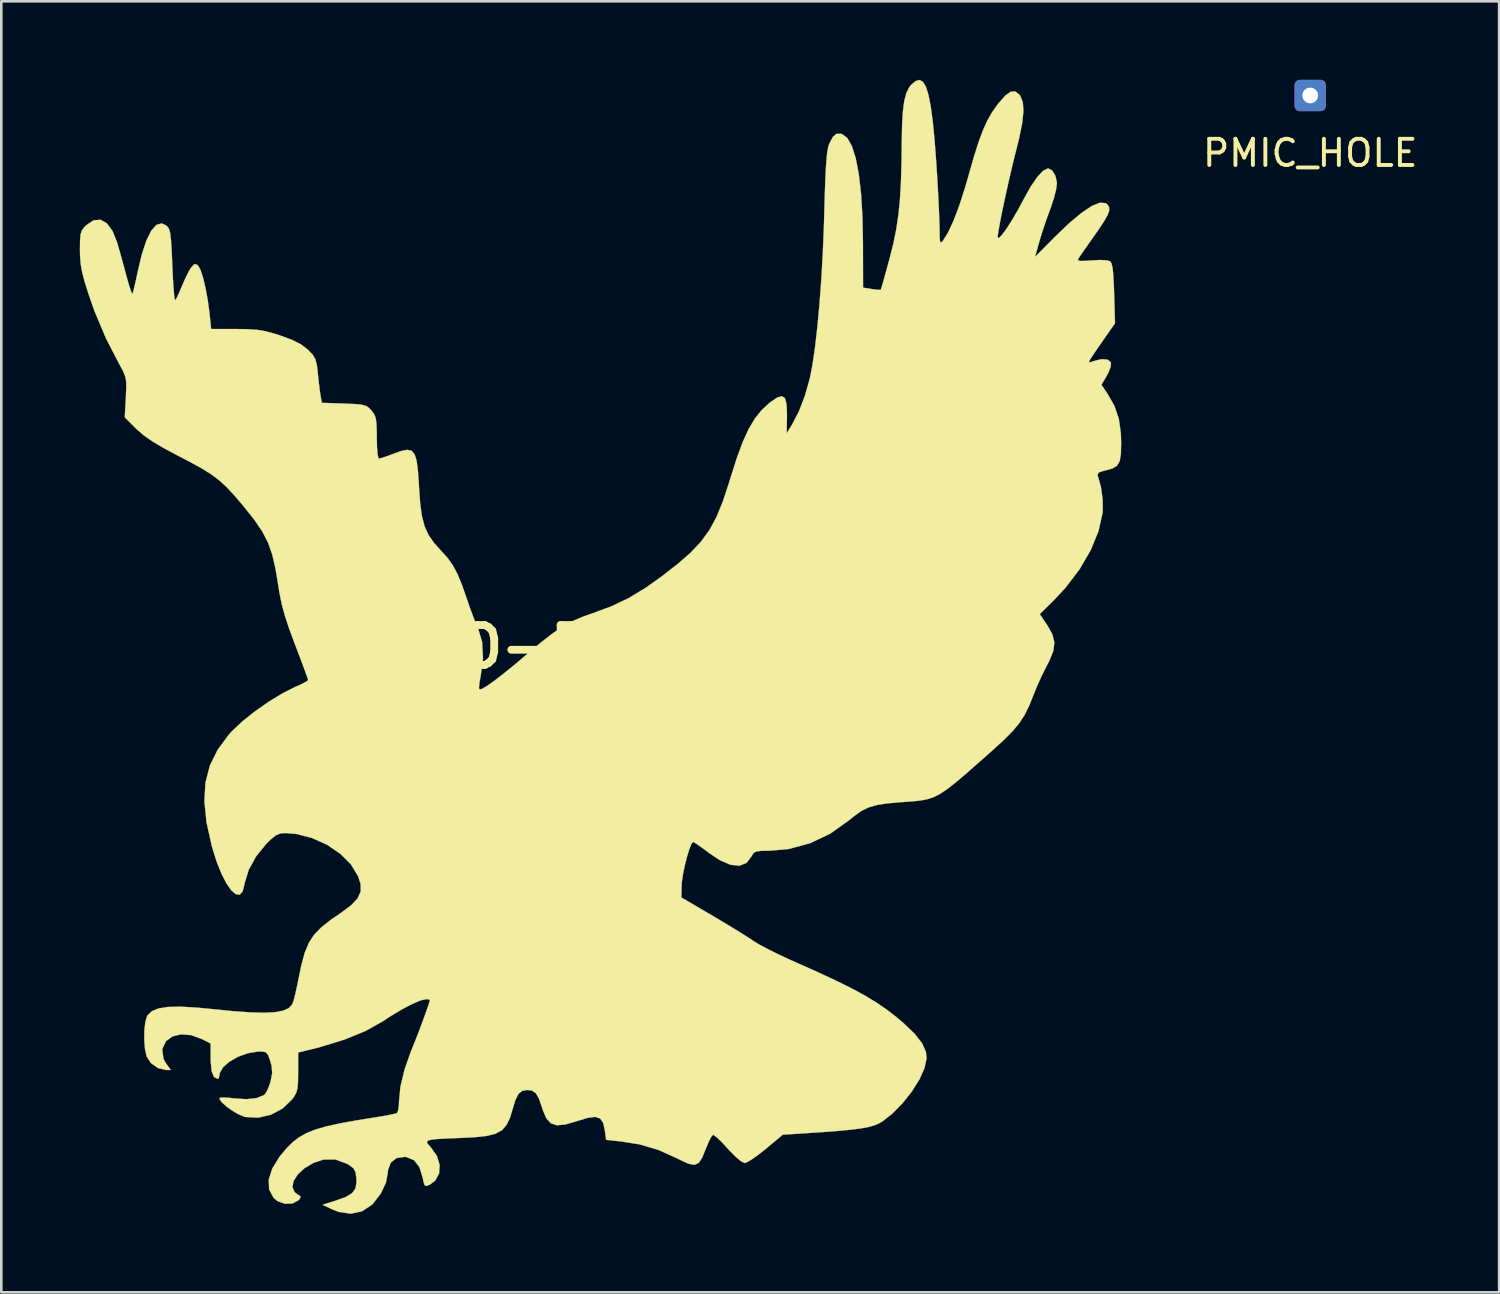
<source format=kicad_pcb>
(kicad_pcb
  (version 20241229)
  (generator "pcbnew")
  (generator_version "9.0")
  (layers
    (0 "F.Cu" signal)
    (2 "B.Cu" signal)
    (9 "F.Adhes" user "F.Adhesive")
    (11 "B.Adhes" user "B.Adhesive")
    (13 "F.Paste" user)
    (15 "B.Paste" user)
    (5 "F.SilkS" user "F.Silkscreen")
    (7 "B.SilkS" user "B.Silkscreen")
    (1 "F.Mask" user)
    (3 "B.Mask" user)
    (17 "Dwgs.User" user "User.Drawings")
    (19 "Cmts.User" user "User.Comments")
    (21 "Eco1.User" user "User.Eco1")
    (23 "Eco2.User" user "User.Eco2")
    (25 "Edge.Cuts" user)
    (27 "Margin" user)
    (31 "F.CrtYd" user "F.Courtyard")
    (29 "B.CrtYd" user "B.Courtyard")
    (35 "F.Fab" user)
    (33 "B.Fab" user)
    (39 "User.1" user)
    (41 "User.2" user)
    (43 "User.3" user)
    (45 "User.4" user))
  (footprint "PMIC_HOLE"
    (layer "F.Cu")
    (at 47.024 0.7)
    (property "Reference" "PMIC_HOLE" (at 0 2.1 0) (layer "F.SilkS") (effects (font (size 1 1) (thickness 0.15))))
    (attr through_hole)
    (pad "1" thru_hole roundrect (at 0 -0.1) (size 1.2 1.2) (drill 0.6) (layers "*.Cu" "*.Mask") (roundrect_rratio 0.167)))
  (footprint "LOGO-EAGLE-01"
    (layer "F.Cu")
    (at 19.902 21.674)
    (property "Reference" "LOGO-EAGLE-01" (at 0 0 0) (layer "F.SilkS") (effects (font (size 1.524 1.524) (thickness 0.3))))
    (attr through_hole)
    (fp_poly (pts (xy 12.319 -21.601) (xy 12.432 -21.415) (xy 12.532 -21.104) (xy 12.619 -20.659) (xy 12.698 -20.073) (xy 12.769 -19.337) (xy 12.836 -18.443) (xy 12.865 -17.979) (xy 12.896 -17.449) (xy 12.922 -16.93) (xy 12.942 -16.465) (xy 12.954 -16.1) (xy 12.957 -15.947) (xy 12.961 -15.647) (xy 12.975 -15.49) (xy 13.009 -15.452) (xy 13.07 -15.507) (xy 13.094 -15.536) (xy 13.286 -15.845) (xy 13.496 -16.3) (xy 13.716 -16.883) (xy 13.937 -17.573) (xy 14.06 -18.002) (xy 14.262 -18.711) (xy 14.443 -19.282) (xy 14.613 -19.742) (xy 14.785 -20.12) (xy 14.969 -20.442) (xy 15.177 -20.736) (xy 15.2 -20.766) (xy 15.465 -21.067) (xy 15.677 -21.22) (xy 15.853 -21.229) (xy 16.011 -21.102) (xy 16.04 -21.063) (xy 16.137 -20.825) (xy 16.163 -20.483) (xy 16.116 -20.021) (xy 15.995 -19.428) (xy 15.92 -19.126) (xy 15.803 -18.663) (xy 15.682 -18.154) (xy 15.561 -17.627) (xy 15.447 -17.11) (xy 15.346 -16.63) (xy 15.264 -16.215) (xy 15.206 -15.892) (xy 15.178 -15.689) (xy 15.178 -15.636) (xy 15.238 -15.638) (xy 15.361 -15.769) (xy 15.532 -16.007) (xy 15.737 -16.33) (xy 15.961 -16.717) (xy 16.175 -17.117) (xy 16.444 -17.598) (xy 16.695 -17.963) (xy 16.916 -18.198) (xy 17.096 -18.287) (xy 17.108 -18.288) (xy 17.258 -18.212) (xy 17.378 -18.021) (xy 17.439 -17.767) (xy 17.441 -17.709) (xy 17.411 -17.481) (xy 17.329 -17.159) (xy 17.213 -16.804) (xy 17.183 -16.724) (xy 17.034 -16.317) (xy 16.887 -15.878) (xy 16.771 -15.499) (xy 16.766 -15.481) (xy 16.607 -14.907) (xy 17.342 -15.648) (xy 17.904 -16.188) (xy 18.384 -16.59) (xy 18.779 -16.854) (xy 19.087 -16.977) (xy 19.306 -16.96) (xy 19.381 -16.901) (xy 19.439 -16.797) (xy 19.439 -16.668) (xy 19.373 -16.491) (xy 19.228 -16.241) (xy 18.995 -15.893) (xy 18.851 -15.688) (xy 18.628 -15.371) (xy 18.437 -15.099) (xy 18.304 -14.905) (xy 18.254 -14.83) (xy 18.249 -14.774) (xy 18.343 -14.75) (xy 18.562 -14.756) (xy 18.766 -14.772) (xy 19.099 -14.788) (xy 19.353 -14.774) (xy 19.471 -14.74) (xy 19.525 -14.665) (xy 19.566 -14.505) (xy 19.595 -14.239) (xy 19.617 -13.842) (xy 19.629 -13.513) (xy 19.662 -12.369) (xy 19.202 -11.709) (xy 18.949 -11.345) (xy 18.782 -11.099) (xy 18.692 -10.953) (xy 18.67 -10.885) (xy 18.708 -10.876) (xy 18.794 -10.905) (xy 18.839 -10.922) (xy 19.143 -10.998) (xy 19.378 -10.981) (xy 19.507 -10.872) (xy 19.508 -10.869) (xy 19.499 -10.715) (xy 19.412 -10.485) (xy 19.352 -10.374) (xy 19.143 -10.017) (xy 19.365 -9.691) (xy 19.638 -9.215) (xy 19.807 -8.723) (xy 19.886 -8.161) (xy 19.897 -7.79) (xy 19.887 -7.38) (xy 19.843 -7.105) (xy 19.743 -6.93) (xy 19.567 -6.821) (xy 19.292 -6.744) (xy 19.235 -6.731) (xy 19.045 -6.67) (xy 18.995 -6.582) (xy 19.007 -6.533) (xy 19.124 -6.111) (xy 19.19 -5.628) (xy 19.194 -5.183) (xy 19.188 -5.125) (xy 19.032 -4.427) (xy 18.733 -3.698) (xy 18.306 -2.965) (xy 17.766 -2.257) (xy 17.331 -1.791) (xy 16.786 -1.254) (xy 17.071 -0.83) (xy 17.267 -0.485) (xy 17.345 -0.173) (xy 17.305 0.153) (xy 17.149 0.538) (xy 17.066 0.696) (xy 16.877 1.07) (xy 16.683 1.499) (xy 16.554 1.819) (xy 16.383 2.246) (xy 16.208 2.6) (xy 16.002 2.916) (xy 15.739 3.23) (xy 15.393 3.576) (xy 14.939 3.989) (xy 14.93 3.997) (xy 14.365 4.497) (xy 13.907 4.898) (xy 13.535 5.211) (xy 13.229 5.448) (xy 12.967 5.621) (xy 12.73 5.74) (xy 12.497 5.819) (xy 12.247 5.868) (xy 11.958 5.9) (xy 11.612 5.926) (xy 11.501 5.933) (xy 10.97 5.979) (xy 10.567 6.04) (xy 10.248 6.132) (xy 9.971 6.268) (xy 9.694 6.463) (xy 9.501 6.622) (xy 8.784 7.134) (xy 8.002 7.505) (xy 7.182 7.726) (xy 6.469 7.788) (xy 6.153 7.793) (xy 5.962 7.816) (xy 5.855 7.871) (xy 5.788 7.969) (xy 5.772 8.002) (xy 5.582 8.254) (xy 5.31 8.362) (xy 4.966 8.327) (xy 4.555 8.148) (xy 4.149 7.877) (xy 3.887 7.682) (xy 3.676 7.534) (xy 3.552 7.459) (xy 3.537 7.454) (xy 3.474 7.528) (xy 3.393 7.728) (xy 3.306 8.014) (xy 3.222 8.344) (xy 3.153 8.678) (xy 3.109 8.976) (xy 3.099 9.12) (xy 3.09 9.577) (xy 4.281 10.275) (xy 4.717 10.534) (xy 5.133 10.786) (xy 5.492 11.009) (xy 5.758 11.18) (xy 5.847 11.241) (xy 6.058 11.371) (xy 6.387 11.546) (xy 6.796 11.749) (xy 7.246 11.959) (xy 7.451 12.05) (xy 8.294 12.426) (xy 9.001 12.755) (xy 9.595 13.049) (xy 10.098 13.321) (xy 10.534 13.585) (xy 10.924 13.852) (xy 11.292 14.135) (xy 11.577 14.376) (xy 12.006 14.787) (xy 12.289 15.149) (xy 12.435 15.478) (xy 12.462 15.716) (xy 12.383 16.092) (xy 12.188 16.528) (xy 11.9 16.988) (xy 11.545 17.437) (xy 11.145 17.841) (xy 10.794 18.119) (xy 10.643 18.21) (xy 10.467 18.285) (xy 10.243 18.348) (xy 9.952 18.402) (xy 9.572 18.451) (xy 9.082 18.497) (xy 8.462 18.545) (xy 7.821 18.588) (xy 6.963 18.643) (xy 6.314 19.185) (xy 6.022 19.416) (xy 5.763 19.598) (xy 5.573 19.707) (xy 5.506 19.727) (xy 5.379 19.666) (xy 5.18 19.501) (xy 4.942 19.262) (xy 4.863 19.174) (xy 4.636 18.929) (xy 4.445 18.746) (xy 4.32 18.654) (xy 4.295 18.649) (xy 4.224 18.737) (xy 4.122 18.939) (xy 4.028 19.169) (xy 3.885 19.517) (xy 3.751 19.722) (xy 3.587 19.796) (xy 3.361 19.752) (xy 3.034 19.602) (xy 2.942 19.554) (xy 2.212 19.224) (xy 1.49 19.012) (xy 0.804 18.903) (xy 0.212 18.838) (xy 0.163 18.471) (xy 0.1 18.19) (xy -0.013 18.023) (xy -0.202 17.962) (xy -0.49 17.998) (xy -0.889 18.119) (xy -1.335 18.25) (xy -1.663 18.283) (xy -1.901 18.208) (xy -2.074 18.014) (xy -2.211 17.69) (xy -2.24 17.596) (xy -2.357 17.256) (xy -2.475 17.053) (xy -2.622 16.956) (xy -2.794 16.933) (xy -2.994 16.967) (xy -3.141 17.088) (xy -3.258 17.326) (xy -3.344 17.611) (xy -3.459 17.989) (xy -3.592 18.271) (xy -3.769 18.472) (xy -4.016 18.607) (xy -4.36 18.691) (xy -4.826 18.74) (xy -5.304 18.764) (xy -5.834 18.786) (xy -6.213 18.806) (xy -6.461 18.832) (xy -6.596 18.868) (xy -6.637 18.921) (xy -6.603 18.996) (xy -6.512 19.098) (xy -6.487 19.124) (xy -6.255 19.452) (xy -6.15 19.796) (xy -6.17 20.122) (xy -6.316 20.394) (xy -6.519 20.548) (xy -6.653 20.604) (xy -6.725 20.573) (xy -6.77 20.424) (xy -6.794 20.297) (xy -6.92 19.884) (xy -7.128 19.618) (xy -7.422 19.496) (xy -7.475 19.49) (xy -7.793 19.533) (xy -8.017 19.709) (xy -8.124 19.996) (xy -8.13 20.087) (xy -8.202 20.476) (xy -8.396 20.887) (xy -8.683 21.262) (xy -8.748 21.327) (xy -9.12 21.572) (xy -9.545 21.662) (xy -10.007 21.594) (xy -10.245 21.501) (xy -10.626 21.321) (xy -10.132 21.166) (xy -9.744 21.025) (xy -9.497 20.878) (xy -9.367 20.698) (xy -9.327 20.456) (xy -9.331 20.327) (xy -9.362 20.078) (xy -9.445 19.924) (xy -9.624 19.792) (xy -9.694 19.752) (xy -10.132 19.589) (xy -10.581 19.592) (xy -10.964 19.717) (xy -11.312 19.921) (xy -11.572 20.161) (xy -11.731 20.411) (xy -11.776 20.646) (xy -11.693 20.839) (xy -11.589 20.918) (xy -11.467 21.002) (xy -11.488 21.087) (xy -11.546 21.15) (xy -11.777 21.272) (xy -12.064 21.281) (xy -12.343 21.182) (xy -12.499 21.052) (xy -12.667 20.735) (xy -12.682 20.361) (xy -12.548 19.94) (xy -12.267 19.482) (xy -11.999 19.161) (xy -11.77 18.933) (xy -11.527 18.744) (xy -11.248 18.585) (xy -10.909 18.449) (xy -10.488 18.326) (xy -9.963 18.21) (xy -9.31 18.092) (xy -8.69 17.993) (xy -8.329 17.934) (xy -8.03 17.878) (xy -7.834 17.835) (xy -7.78 17.817) (xy -7.735 17.711) (xy -7.707 17.497) (xy -7.703 17.373) (xy -7.648 16.804) (xy -7.489 16.145) (xy -7.237 15.431) (xy -7.193 15.325) (xy -7.075 15.033) (xy -6.941 14.687) (xy -6.805 14.326) (xy -6.682 13.988) (xy -6.585 13.71) (xy -6.528 13.532) (xy -6.519 13.49) (xy -6.59 13.467) (xy -6.668 13.463) (xy -6.886 13.513) (xy -7.21 13.651) (xy -7.609 13.862) (xy -8.055 14.131) (xy -8.319 14.305) (xy -8.968 14.673) (xy -9.778 15.005) (xy -10.753 15.303) (xy -11.144 15.402) (xy -11.557 15.501) (xy -11.557 16.245) (xy -11.562 16.614) (xy -11.582 16.862) (xy -11.631 17.04) (xy -11.717 17.195) (xy -11.794 17.3) (xy -12.151 17.642) (xy -12.596 17.878) (xy -13.083 17.992) (xy -13.563 17.966) (xy -13.625 17.951) (xy -13.838 17.864) (xy -14.075 17.725) (xy -14.3 17.562) (xy -14.475 17.404) (xy -14.561 17.281) (xy -14.555 17.236) (xy -14.451 17.22) (xy -14.231 17.229) (xy -14.005 17.254) (xy -13.532 17.285) (xy -13.144 17.243) (xy -12.874 17.134) (xy -12.822 17.09) (xy -12.733 16.942) (xy -12.64 16.701) (xy -12.607 16.59) (xy -12.55 16.286) (xy -12.571 16.021) (xy -12.624 15.828) (xy -12.705 15.6) (xy -12.791 15.492) (xy -12.938 15.463) (xy -13.1 15.467) (xy -13.479 15.528) (xy -13.851 15.662) (xy -14.178 15.847) (xy -14.424 16.061) (xy -14.552 16.281) (xy -14.563 16.357) (xy -14.594 16.485) (xy -14.63 16.51) (xy -14.774 16.438) (xy -14.863 16.217) (xy -14.9 15.841) (xy -14.901 15.733) (xy -14.901 15.159) (xy -15.247 14.982) (xy -15.651 14.837) (xy -16.031 14.807) (xy -16.359 14.886) (xy -16.604 15.064) (xy -16.737 15.333) (xy -16.749 15.41) (xy -16.701 15.75) (xy -16.598 15.93) (xy -16.42 16.171) (xy -16.596 16.171) (xy -16.907 16.099) (xy -17.18 15.91) (xy -17.347 15.653) (xy -17.411 15.367) (xy -17.439 15.011) (xy -17.434 14.644) (xy -17.396 14.322) (xy -17.327 14.1) (xy -17.314 14.079) (xy -17.149 13.924) (xy -16.896 13.818) (xy -16.539 13.761) (xy -16.063 13.749) (xy -15.45 13.783) (xy -14.88 13.837) (xy -14.054 13.92) (xy -13.38 13.968) (xy -12.843 13.981) (xy -12.43 13.959) (xy -12.126 13.901) (xy -11.918 13.805) (xy -11.79 13.67) (xy -11.781 13.653) (xy -11.727 13.501) (xy -11.658 13.232) (xy -11.585 12.896) (xy -11.562 12.782) (xy -11.437 12.17) (xy -11.308 11.693) (xy -11.152 11.316) (xy -10.949 11.003) (xy -10.677 10.721) (xy -10.314 10.434) (xy -9.941 10.178) (xy -9.54 9.881) (xy -9.286 9.614) (xy -9.167 9.35) (xy -9.17 9.062) (xy -9.265 8.765) (xy -9.538 8.314) (xy -9.945 7.906) (xy -10.451 7.563) (xy -11.024 7.304) (xy -11.628 7.149) (xy -12.049 7.114) (xy -12.245 7.131) (xy -12.414 7.203) (xy -12.606 7.359) (xy -12.777 7.528) (xy -13.164 8.005) (xy -13.448 8.524) (xy -13.604 9.035) (xy -13.612 9.088) (xy -13.683 9.355) (xy -13.797 9.472) (xy -13.943 9.45) (xy -14.114 9.301) (xy -14.299 9.036) (xy -14.489 8.666) (xy -14.674 8.203) (xy -14.845 7.657) (xy -14.861 7.598) (xy -15.061 6.695) (xy -15.141 5.896) (xy -15.099 5.181) (xy -14.93 4.531) (xy -14.631 3.926) (xy -14.2 3.346) (xy -14.085 3.219) (xy -13.702 2.856) (xy -13.215 2.468) (xy -12.677 2.092) (xy -12.141 1.765) (xy -11.662 1.525) (xy -11.635 1.514) (xy -11.389 1.403) (xy -11.223 1.311) (xy -11.176 1.267) (xy -11.205 1.173) (xy -11.285 0.949) (xy -11.406 0.621) (xy -11.558 0.219) (xy -11.677 -0.093) (xy -11.901 -0.695) (xy -12.065 -1.193) (xy -12.185 -1.639) (xy -12.275 -2.081) (xy -12.318 -2.356) (xy -12.426 -3.009) (xy -12.551 -3.54) (xy -12.712 -3.993) (xy -12.93 -4.415) (xy -13.227 -4.852) (xy -13.621 -5.349) (xy -13.664 -5.401) (xy -14 -5.796) (xy -14.291 -6.109) (xy -14.573 -6.367) (xy -14.88 -6.597) (xy -15.247 -6.825) (xy -15.707 -7.078) (xy -16.125 -7.295) (xy -16.689 -7.595) (xy -17.124 -7.852) (xy -17.459 -8.086) (xy -17.723 -8.314) (xy -17.749 -8.34) (xy -18.184 -8.775) (xy -18.143 -9.531) (xy -18.126 -9.9) (xy -18.132 -10.155) (xy -18.17 -10.35) (xy -18.249 -10.541) (xy -18.364 -10.753) (xy -18.9 -11.788) (xy -19.338 -12.826) (xy -19.566 -13.477) (xy -19.716 -13.952) (xy -19.813 -14.322) (xy -19.869 -14.64) (xy -19.893 -14.959) (xy -19.897 -15.184) (xy -19.893 -15.535) (xy -19.873 -15.763) (xy -19.825 -15.914) (xy -19.737 -16.035) (xy -19.659 -16.113) (xy -19.379 -16.302) (xy -19.113 -16.326) (xy -18.868 -16.19) (xy -18.653 -15.898) (xy -18.474 -15.454) (xy -18.463 -15.415) (xy -18.359 -15.051) (xy -18.238 -14.613) (xy -18.124 -14.19) (xy -18.115 -14.157) (xy -18.027 -13.846) (xy -17.953 -13.614) (xy -17.903 -13.498) (xy -17.892 -13.491) (xy -17.86 -13.585) (xy -17.805 -13.807) (xy -17.735 -14.12) (xy -17.688 -14.345) (xy -17.529 -15.014) (xy -17.354 -15.538) (xy -17.168 -15.911) (xy -16.973 -16.129) (xy -16.773 -16.187) (xy -16.6 -16.107) (xy -16.533 -16.039) (xy -16.482 -15.947) (xy -16.446 -15.802) (xy -16.419 -15.578) (xy -16.396 -15.248) (xy -16.375 -14.785) (xy -16.368 -14.587) (xy -16.346 -14.13) (xy -16.322 -13.741) (xy -16.297 -13.449) (xy -16.272 -13.28) (xy -16.257 -13.25) (xy -16.198 -13.341) (xy -16.102 -13.545) (xy -15.998 -13.794) (xy -15.867 -14.095) (xy -15.735 -14.357) (xy -15.649 -14.496) (xy -15.533 -14.624) (xy -15.443 -14.622) (xy -15.374 -14.563) (xy -15.286 -14.403) (xy -15.191 -14.11) (xy -15.098 -13.719) (xy -15.014 -13.265) (xy -14.948 -12.784) (xy -14.938 -12.69) (xy -14.882 -12.15) (xy -13.939 -12.15) (xy -13.475 -12.143) (xy -13.116 -12.117) (xy -12.798 -12.063) (xy -12.457 -11.971) (xy -12.245 -11.903) (xy -11.779 -11.731) (xy -11.438 -11.556) (xy -11.181 -11.357) (xy -11.178 -11.353) (xy -11.007 -11.174) (xy -10.904 -11.007) (xy -10.846 -10.794) (xy -10.806 -10.474) (xy -10.805 -10.456) (xy -10.769 -10.112) (xy -10.73 -9.798) (xy -10.7 -9.596) (xy -10.652 -9.329) (xy -9.806 -9.3) (xy -9.417 -9.284) (xy -9.158 -9.261) (xy -8.991 -9.223) (xy -8.876 -9.157) (xy -8.775 -9.056) (xy -8.756 -9.033) (xy -8.659 -8.905) (xy -8.598 -8.765) (xy -8.566 -8.571) (xy -8.553 -8.281) (xy -8.551 -7.996) (xy -8.543 -7.637) (xy -8.521 -7.366) (xy -8.489 -7.216) (xy -8.47 -7.197) (xy -8.35 -7.226) (xy -8.131 -7.3) (xy -7.959 -7.366) (xy -7.637 -7.483) (xy -7.397 -7.532) (xy -7.225 -7.499) (xy -7.107 -7.365) (xy -7.029 -7.115) (xy -6.979 -6.731) (xy -6.942 -6.197) (xy -6.937 -6.102) (xy -6.893 -5.482) (xy -6.826 -4.996) (xy -6.724 -4.607) (xy -6.574 -4.279) (xy -6.365 -3.977) (xy -6.101 -3.683) (xy -5.847 -3.401) (xy -5.643 -3.116) (xy -5.468 -2.787) (xy -5.297 -2.373) (xy -5.12 -1.863) (xy -4.985 -1.473) (xy -4.839 -1.086) (xy -4.711 -0.774) (xy -4.686 -0.72) (xy -4.525 -0.185) (xy -4.492 0.439) (xy -4.579 1.097) (xy -4.626 1.358) (xy -4.645 1.556) (xy -4.64 1.616) (xy -4.561 1.617) (xy -4.369 1.511) (xy -4.075 1.306) (xy -3.69 1.009) (xy -3.225 0.63) (xy -2.794 0.263) (xy -2.266 -0.18) (xy -1.823 -0.524) (xy -1.43 -0.788) (xy -1.054 -0.993) (xy -0.661 -1.161) (xy -0.318 -1.281) (xy 0.412 -1.55) (xy 1.08 -1.869) (xy 1.74 -2.27) (xy 2.328 -2.688) (xy 2.948 -3.171) (xy 3.445 -3.605) (xy 3.841 -4.026) (xy 4.161 -4.466) (xy 4.428 -4.959) (xy 4.667 -5.541) (xy 4.901 -6.245) (xy 4.962 -6.448) (xy 5.205 -7.213) (xy 5.435 -7.833) (xy 5.662 -8.332) (xy 5.901 -8.732) (xy 6.162 -9.056) (xy 6.457 -9.327) (xy 6.505 -9.364) (xy 6.76 -9.534) (xy 6.939 -9.583) (xy 7.051 -9.5) (xy 7.109 -9.274) (xy 7.125 -8.894) (xy 7.124 -8.791) (xy 7.115 -8.17) (xy 7.326 -8.509) (xy 7.579 -8.998) (xy 7.81 -9.599) (xy 7.996 -10.254) (xy 8.003 -10.283) (xy 8.102 -10.799) (xy 8.198 -11.46) (xy 8.287 -12.239) (xy 8.367 -13.11) (xy 8.437 -14.049) (xy 8.493 -15.03) (xy 8.534 -16.026) (xy 8.547 -16.468) (xy 8.568 -17.226) (xy 8.589 -17.833) (xy 8.612 -18.308) (xy 8.638 -18.667) (xy 8.667 -18.93) (xy 8.703 -19.115) (xy 8.741 -19.23) (xy 8.877 -19.491) (xy 9.016 -19.61) (xy 9.189 -19.612) (xy 9.231 -19.6) (xy 9.432 -19.449) (xy 9.607 -19.139) (xy 9.753 -18.676) (xy 9.87 -18.067) (xy 9.956 -17.321) (xy 10.01 -16.444) (xy 10.029 -15.445) (xy 10.029 -15.438) (xy 10.033 -13.731) (xy 10.362 -13.678) (xy 10.575 -13.65) (xy 10.699 -13.646) (xy 10.71 -13.65) (xy 10.738 -13.736) (xy 10.802 -13.955) (xy 10.892 -14.28) (xy 11.002 -14.679) (xy 11.05 -14.859) (xy 11.191 -15.417) (xy 11.3 -15.955) (xy 11.383 -16.505) (xy 11.442 -17.101) (xy 11.481 -17.775) (xy 11.503 -18.559) (xy 11.511 -19.262) (xy 11.524 -19.937) (xy 11.555 -20.465) (xy 11.608 -20.869) (xy 11.687 -21.168) (xy 11.795 -21.386) (xy 11.873 -21.484) (xy 12.042 -21.627) (xy 12.189 -21.669) (xy 12.319 -21.601)) (stroke (width 0.01) (type solid)) (fill yes) (layer "F.SilkS")))
  (gr_rect
    (start -3 -3)
    (end 54.244 46.341)
    (stroke (width 0.1) (type default))
    (fill no)
    (layer "Edge.Cuts")))
</source>
